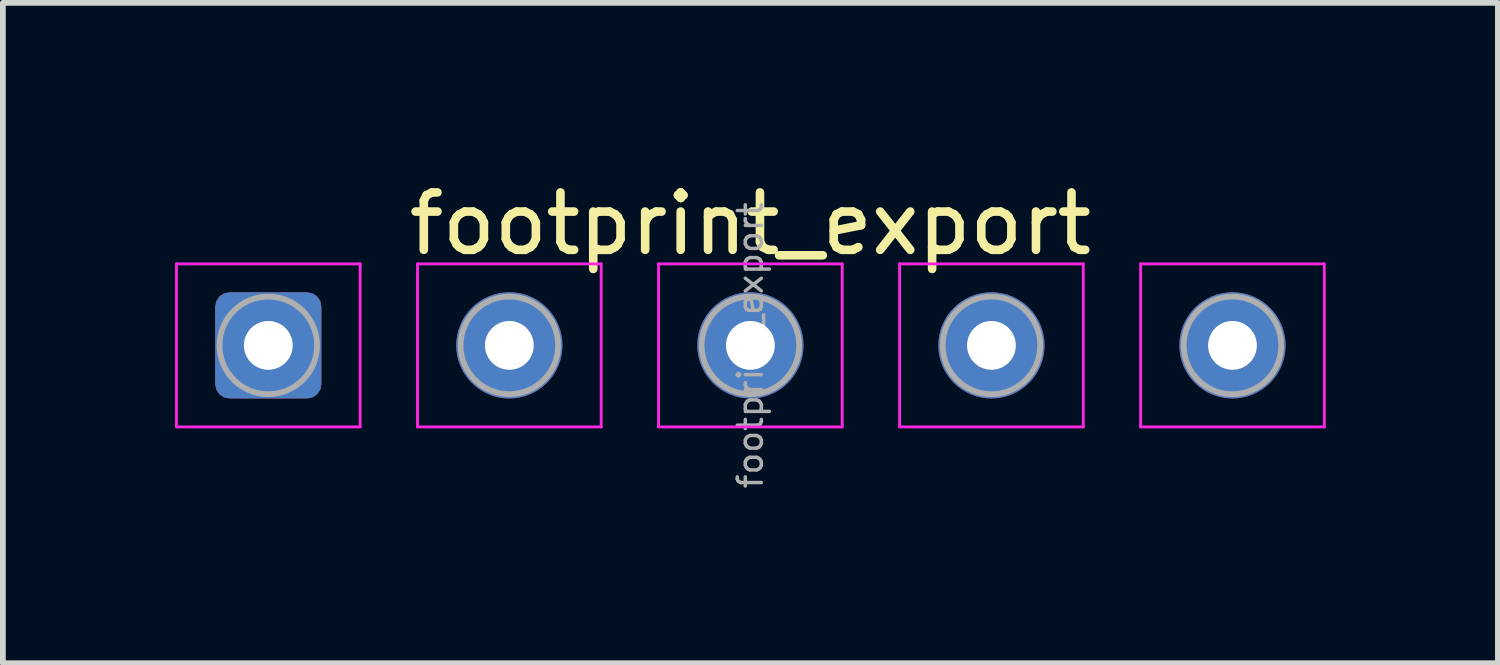
<source format=kicad_pcb>
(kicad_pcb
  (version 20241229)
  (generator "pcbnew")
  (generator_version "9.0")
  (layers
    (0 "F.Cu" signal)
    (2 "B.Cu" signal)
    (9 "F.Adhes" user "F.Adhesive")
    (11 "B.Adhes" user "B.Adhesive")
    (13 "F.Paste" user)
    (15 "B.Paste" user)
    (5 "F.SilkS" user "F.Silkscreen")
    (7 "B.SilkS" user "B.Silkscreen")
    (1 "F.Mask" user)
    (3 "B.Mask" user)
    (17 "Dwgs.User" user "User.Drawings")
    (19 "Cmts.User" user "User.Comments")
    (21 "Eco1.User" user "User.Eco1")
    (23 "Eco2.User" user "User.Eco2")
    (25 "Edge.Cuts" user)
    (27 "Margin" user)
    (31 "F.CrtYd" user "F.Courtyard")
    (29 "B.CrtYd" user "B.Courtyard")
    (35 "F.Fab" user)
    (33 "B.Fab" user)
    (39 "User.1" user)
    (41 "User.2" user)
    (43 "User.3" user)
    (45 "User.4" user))
  (footprint "footprint_export"
    (layer "F.Cu")
    (at 1.625 2.968)
    (property "Reference" "footprint_export" (at 8.4 -2.12 0) (layer "F.SilkS") (effects (font (size 1 1) (thickness 0.15))))
    (attr exclude_from_pos_files exclude_from_bom)
    (fp_line (start -1.6 -1.42) (end -1.6 1.42) (stroke (width 0.05) (type solid)) (layer "F.CrtYd"))
    (fp_line (start -1.6 1.42) (end 1.6 1.42) (stroke (width 0.05) (type solid)) (layer "F.CrtYd"))
    (fp_line (start 1.6 -1.42) (end -1.6 -1.42) (stroke (width 0.05) (type solid)) (layer "F.CrtYd"))
    (fp_line (start 1.6 1.42) (end 1.6 -1.42) (stroke (width 0.05) (type solid)) (layer "F.CrtYd"))
    (fp_line (start 2.6 -1.42) (end 2.6 1.42) (stroke (width 0.05) (type solid)) (layer "F.CrtYd"))
    (fp_line (start 2.6 1.42) (end 5.8 1.42) (stroke (width 0.05) (type solid)) (layer "F.CrtYd"))
    (fp_line (start 5.8 -1.42) (end 2.6 -1.42) (stroke (width 0.05) (type solid)) (layer "F.CrtYd"))
    (fp_line (start 5.8 1.42) (end 5.8 -1.42) (stroke (width 0.05) (type solid)) (layer "F.CrtYd"))
    (fp_line (start 6.8 -1.42) (end 6.8 1.42) (stroke (width 0.05) (type solid)) (layer "F.CrtYd"))
    (fp_line (start 6.8 1.42) (end 10 1.42) (stroke (width 0.05) (type solid)) (layer "F.CrtYd"))
    (fp_line (start 10 -1.42) (end 6.8 -1.42) (stroke (width 0.05) (type solid)) (layer "F.CrtYd"))
    (fp_line (start 10 1.42) (end 10 -1.42) (stroke (width 0.05) (type solid)) (layer "F.CrtYd"))
    (fp_line (start 11 -1.42) (end 11 1.42) (stroke (width 0.05) (type solid)) (layer "F.CrtYd"))
    (fp_line (start 11 1.42) (end 14.2 1.42) (stroke (width 0.05) (type solid)) (layer "F.CrtYd"))
    (fp_line (start 14.2 -1.42) (end 11 -1.42) (stroke (width 0.05) (type solid)) (layer "F.CrtYd"))
    (fp_line (start 14.2 1.42) (end 14.2 -1.42) (stroke (width 0.05) (type solid)) (layer "F.CrtYd"))
    (fp_line (start 15.2 -1.42) (end 15.2 1.42) (stroke (width 0.05) (type solid)) (layer "F.CrtYd"))
    (fp_line (start 15.2 1.42) (end 18.4 1.42) (stroke (width 0.05) (type solid)) (layer "F.CrtYd"))
    (fp_line (start 18.4 -1.42) (end 15.2 -1.42) (stroke (width 0.05) (type solid)) (layer "F.CrtYd"))
    (fp_line (start 18.4 1.42) (end 18.4 -1.42) (stroke (width 0.05) (type solid)) (layer "F.CrtYd"))
    (fp_circle (center 0 0) (end 0.85 0) (stroke (width 0.1) (type solid)) (fill no) (layer "F.Fab"))
    (fp_circle (center 4.2 0) (end 5.05 0) (stroke (width 0.1) (type solid)) (fill no) (layer "F.Fab"))
    (fp_circle (center 8.4 0) (end 9.25 0) (stroke (width 0.1) (type solid)) (fill no) (layer "F.Fab"))
    (fp_circle (center 12.6 0) (end 13.45 0) (stroke (width 0.1) (type solid)) (fill no) (layer "F.Fab"))
    (fp_circle (center 16.8 0) (end 17.65 0) (stroke (width 0.1) (type solid)) (fill no) (layer "F.Fab"))
    (fp_text user "${REFERENCE}" (at 8.4 0 90) (layer "F.Fab") (effects (font (size 0.42 0.42) (thickness 0.06))))
    (pad "1" thru_hole roundrect (at 0 0) (size 1.85 1.85) (drill 0.85) (layers "*.Cu" "*.Mask") (roundrect_rratio 0.135))
    (pad "2" thru_hole circle (at 4.2 0) (size 1.85 1.85) (drill 0.85) (layers "*.Cu" "*.Mask"))
    (pad "3" thru_hole circle (at 8.4 0) (size 1.85 1.85) (drill 0.85) (layers "*.Cu" "*.Mask"))
    (pad "4" thru_hole circle (at 12.6 0) (size 1.85 1.85) (drill 0.85) (layers "*.Cu" "*.Mask"))
    (pad "5" thru_hole circle (at 16.8 0) (size 1.85 1.85) (drill 0.85) (layers "*.Cu" "*.Mask")))
  (gr_rect
    (start -3 -3)
    (end 23.05 8.506)
    (stroke (width 0.1) (type default))
    (fill no)
    (layer "Edge.Cuts")))
</source>
